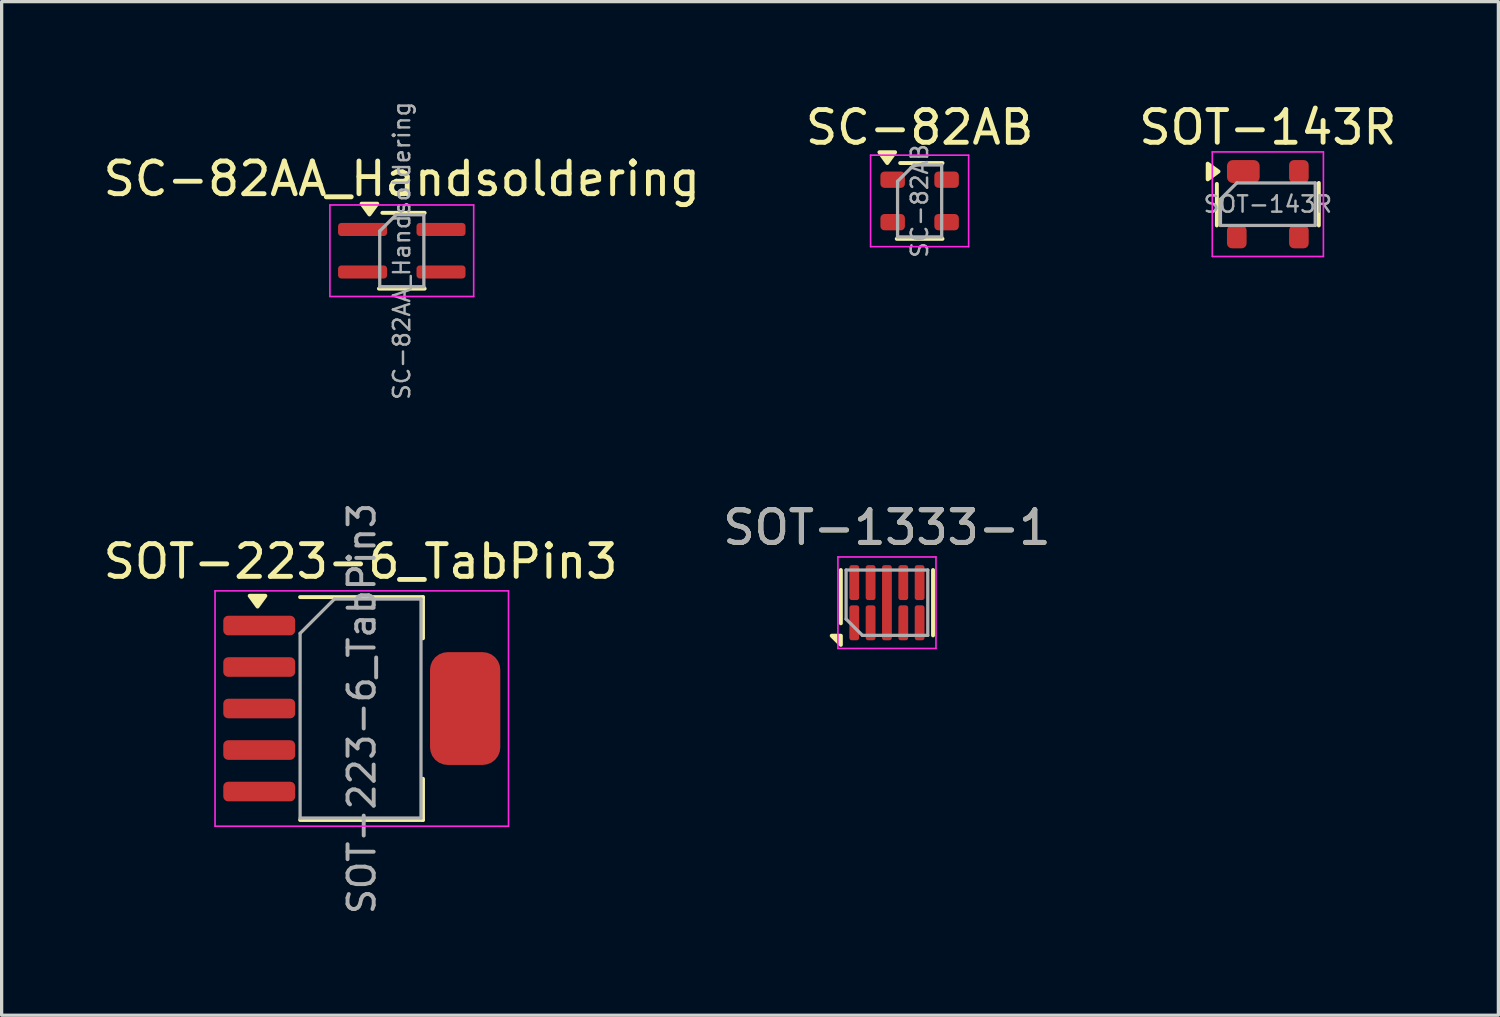
<source format=kicad_pcb>
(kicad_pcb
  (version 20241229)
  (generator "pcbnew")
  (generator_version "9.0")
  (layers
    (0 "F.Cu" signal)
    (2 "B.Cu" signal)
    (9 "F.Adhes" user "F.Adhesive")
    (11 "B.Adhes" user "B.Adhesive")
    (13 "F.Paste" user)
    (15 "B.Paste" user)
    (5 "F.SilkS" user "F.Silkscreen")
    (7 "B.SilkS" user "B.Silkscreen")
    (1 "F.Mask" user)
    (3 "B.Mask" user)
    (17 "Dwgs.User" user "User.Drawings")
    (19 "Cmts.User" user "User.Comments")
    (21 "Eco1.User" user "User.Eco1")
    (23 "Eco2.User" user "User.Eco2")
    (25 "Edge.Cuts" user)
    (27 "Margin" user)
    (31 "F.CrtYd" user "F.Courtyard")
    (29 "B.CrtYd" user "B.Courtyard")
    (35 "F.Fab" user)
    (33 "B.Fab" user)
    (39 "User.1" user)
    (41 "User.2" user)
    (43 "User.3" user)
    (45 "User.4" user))
  (footprint "SOT-143R"
    (layer "F.Cu")
    (at 35.744 3.198)
    (property "Reference" "SOT-143R" (at 0 -2.35 0) (layer "F.SilkS") (effects (font (size 1 1) (thickness 0.15))))
    (attr smd)
    (fp_line (start -1.56 0.65) (end -1.56 -0.62) (stroke (width 0.12) (type solid)) (layer "F.SilkS"))
    (fp_line (start 1.56 0.65) (end 1.56 -0.65) (stroke (width 0.12) (type solid)) (layer "F.SilkS"))
    (fp_poly (pts (xy -1.51 -1) (xy -1.84 -1.24) (xy -1.84 -0.76) (xy -1.51 -1)) (stroke (width 0.12) (type solid)) (fill yes) (layer "F.SilkS"))
    (fp_line (start -1.7 -1.6) (end -1.7 1.6) (stroke (width 0.05) (type solid)) (layer "F.CrtYd"))
    (fp_line (start -1.7 -1.6) (end 1.7 -1.6) (stroke (width 0.05) (type solid)) (layer "F.CrtYd"))
    (fp_line (start 1.7 1.6) (end -1.7 1.6) (stroke (width 0.05) (type solid)) (layer "F.CrtYd"))
    (fp_line (start 1.7 1.6) (end 1.7 -1.6) (stroke (width 0.05) (type solid)) (layer "F.CrtYd"))
    (fp_line (start -1.45 -0.15) (end -1.45 0.65) (stroke (width 0.1) (type solid)) (layer "F.Fab"))
    (fp_line (start -1.45 -0.15) (end -0.95 -0.65) (stroke (width 0.1) (type solid)) (layer "F.Fab"))
    (fp_line (start -0.95 -0.65) (end 1.45 -0.65) (stroke (width 0.1) (type solid)) (layer "F.Fab"))
    (fp_line (start 1.45 -0.65) (end 1.45 0.65) (stroke (width 0.1) (type solid)) (layer "F.Fab"))
    (fp_line (start 1.45 0.65) (end -1.45 0.65) (stroke (width 0.1) (type solid)) (layer "F.Fab"))
    (fp_text user "${REFERENCE}" (at 0 0 0) (layer "F.Fab") (effects (font (size 0.5 0.5) (thickness 0.075))))
    (pad "1" smd roundrect (at -0.75 -1 270) (size 0.7 1) (layers "F.Cu" "F.Mask" "F.Paste") (roundrect_rratio 0.25))
    (pad "2" smd roundrect (at 0.95 -1 270) (size 0.7 0.6) (layers "F.Cu" "F.Mask" "F.Paste") (roundrect_rratio 0.25))
    (pad "3" smd roundrect (at 0.95 1 270) (size 0.7 0.6) (layers "F.Cu" "F.Mask" "F.Paste") (roundrect_rratio 0.25))
    (pad "4" smd roundrect (at -0.95 1 270) (size 0.7 0.6) (layers "F.Cu" "F.Mask" "F.Paste") (roundrect_rratio 0.25)))
  (footprint "SOT-1333-1"
    (layer "F.Cu")
    (at 24.089 15.392)
    (property "Reference" "SOT-1333-1" (at 0 -2.3 0) (layer "F.SilkS") (effects (font (size 1 1) (thickness 0.15))))
    (attr smd)
    (fp_line (start -1.41 -1) (end -1.41 0.63) (stroke (width 0.12) (type solid)) (layer "F.SilkS"))
    (fp_line (start 1.41 -1) (end 1.41 1) (stroke (width 0.12) (type solid)) (layer "F.SilkS"))
    (fp_poly (pts (xy -1.41 1.01) (xy -1.41 1.29) (xy -1.69 1.01) (xy -1.41 1.01)) (stroke (width 0.12) (type solid)) (fill yes) (layer "F.SilkS"))
    (fp_line (start -1.5 -1.4) (end 1.5 -1.4) (stroke (width 0.05) (type solid)) (layer "F.CrtYd"))
    (fp_line (start -1.5 1.4) (end -1.5 -1.4) (stroke (width 0.05) (type solid)) (layer "F.CrtYd"))
    (fp_line (start 1.5 -1.4) (end 1.5 1.4) (stroke (width 0.05) (type solid)) (layer "F.CrtYd"))
    (fp_line (start 1.5 1.4) (end -1.5 1.4) (stroke (width 0.05) (type solid)) (layer "F.CrtYd"))
    (fp_line (start -1.25 -1) (end 1.25 -1) (stroke (width 0.1) (type solid)) (layer "F.Fab"))
    (fp_line (start -1.25 0.5) (end -1.25 -1) (stroke (width 0.1) (type solid)) (layer "F.Fab"))
    (fp_line (start -0.75 1) (end -1.25 0.5) (stroke (width 0.1) (type solid)) (layer "F.Fab"))
    (fp_line (start 1.25 -1) (end 1.25 1) (stroke (width 0.1) (type solid)) (layer "F.Fab"))
    (fp_line (start 1.25 1) (end -0.75 1) (stroke (width 0.1) (type solid)) (layer "F.Fab"))
    (fp_text user "${REFERENCE}" (at 0 -2.3 0) (layer "F.Fab") (effects (font (size 1 1) (thickness 0.15))))
    (pad "1" smd roundrect (at -1 0.615) (size 0.3 1.07) (layers "F.Cu" "F.Mask" "F.Paste") (roundrect_rratio 0.25))
    (pad "2" smd roundrect (at -0.5 0.615) (size 0.3 1.07) (layers "F.Cu" "F.Mask" "F.Paste") (roundrect_rratio 0.25))
    (pad "3" smd roundrect (at 0 0) (size 0.3 2.3) (layers "F.Cu" "F.Mask" "F.Paste") (roundrect_rratio 0.25))
    (pad "4" smd roundrect (at 0.5 0.615) (size 0.3 1.07) (layers "F.Cu" "F.Mask" "F.Paste") (roundrect_rratio 0.25))
    (pad "5" smd roundrect (at 1 0.615) (size 0.3 1.07) (layers "F.Cu" "F.Mask" "F.Paste") (roundrect_rratio 0.25))
    (pad "6" smd roundrect (at 1 -0.615) (size 0.3 1.07) (layers "F.Cu" "F.Mask" "F.Paste") (roundrect_rratio 0.25))
    (pad "7" smd roundrect (at 0.5 -0.615) (size 0.3 1.07) (layers "F.Cu" "F.Mask" "F.Paste") (roundrect_rratio 0.25))
    (pad "8" smd roundrect (at -0.5 -0.615) (size 0.3 1.07) (layers "F.Cu" "F.Mask" "F.Paste") (roundrect_rratio 0.25))
    (pad "9" smd roundrect (at -1 -0.615) (size 0.3 1.07) (layers "F.Cu" "F.Mask" "F.Paste") (roundrect_rratio 0.25)))
  (footprint "SOT-223-6_TabPin3"
    (layer "F.Cu")
    (at 8.02 18.63)
    (property "Reference" "SOT-223-6_TabPin3" (at -0.037 -4.5 0) (layer "F.SilkS") (effects (font (size 1 1) (thickness 0.15))))
    (attr smd)
    (fp_line (start -1.887 -3.41) (end 1.873 -3.41) (stroke (width 0.12) (type solid)) (layer "F.SilkS"))
    (fp_line (start -1.887 3.41) (end 1.873 3.41) (stroke (width 0.12) (type solid)) (layer "F.SilkS"))
    (fp_line (start 1.873 -3.41) (end 1.873 -2.15) (stroke (width 0.12) (type solid)) (layer "F.SilkS"))
    (fp_line (start 1.873 3.41) (end 1.873 2.15) (stroke (width 0.12) (type solid)) (layer "F.SilkS"))
    (fp_poly (pts (xy -3.19 -3.12) (xy -3.43 -3.45) (xy -2.95 -3.45) (xy -3.19 -3.12)) (stroke (width 0.12) (type solid)) (fill yes) (layer "F.SilkS"))
    (fp_line (start -4.49 -3.6) (end -4.49 3.6) (stroke (width 0.05) (type solid)) (layer "F.CrtYd"))
    (fp_line (start -4.49 -3.6) (end 4.49 -3.6) (stroke (width 0.05) (type solid)) (layer "F.CrtYd"))
    (fp_line (start 4.49 3.6) (end -4.49 3.6) (stroke (width 0.05) (type solid)) (layer "F.CrtYd"))
    (fp_line (start 4.49 3.6) (end 4.49 -3.6) (stroke (width 0.05) (type solid)) (layer "F.CrtYd"))
    (fp_line (start -1.887 -2.3) (end -1.887 3.35) (stroke (width 0.1) (type solid)) (layer "F.Fab"))
    (fp_line (start -1.887 -2.3) (end -0.838 -3.35) (stroke (width 0.1) (type solid)) (layer "F.Fab"))
    (fp_line (start -1.887 3.35) (end 1.812 3.35) (stroke (width 0.1) (type solid)) (layer "F.Fab"))
    (fp_line (start -0.838 -3.35) (end 1.812 -3.35) (stroke (width 0.1) (type solid)) (layer "F.Fab"))
    (fp_line (start 1.812 -3.35) (end 1.812 3.35) (stroke (width 0.1) (type solid)) (layer "F.Fab"))
    (fp_text user "${REFERENCE}" (at 0 0 90) (layer "F.Fab") (effects (font (size 0.8 0.8) (thickness 0.12))))
    (pad "1" smd roundrect (at -3.138 -2.54) (size 2.2 0.6) (layers "F.Cu" "F.Mask" "F.Paste") (roundrect_rratio 0.25))
    (pad "2" smd roundrect (at -3.138 -1.27) (size 2.2 0.6) (layers "F.Cu" "F.Mask" "F.Paste") (roundrect_rratio 0.25))
    (pad "3" smd roundrect (at -3.138 0) (size 2.2 0.6) (layers "F.Cu" "F.Mask" "F.Paste") (roundrect_rratio 0.25))
    (pad "3" smd roundrect (at 3.163 0) (size 2.15 3.45) (layers "F.Cu" "F.Mask" "F.Paste") (roundrect_rratio 0.25))
    (pad "4" smd roundrect (at -3.138 1.27) (size 2.2 0.6) (layers "F.Cu" "F.Mask" "F.Paste") (roundrect_rratio 0.25))
    (pad "5" smd roundrect (at -3.138 2.54) (size 2.2 0.6) (layers "F.Cu" "F.Mask" "F.Paste") (roundrect_rratio 0.25)))
  (footprint "SC-82AA_Handsoldering"
    (layer "F.Cu")
    (at 9.244 4.622)
    (property "Reference" "SC-82AA_Handsoldering" (at 0 -2.2 0) (layer "F.SilkS") (effects (font (size 1 1) (thickness 0.15))))
    (attr smd)
    (fp_line (start -0.7 1.16) (end 0.7 1.16) (stroke (width 0.12) (type solid)) (layer "F.SilkS"))
    (fp_line (start -0.595 -1.16) (end 0.7 -1.16) (stroke (width 0.12) (type solid)) (layer "F.SilkS"))
    (fp_poly (pts (xy -0.99 -1.11) (xy -0.75 -1.44) (xy -1.23 -1.44) (xy -0.99 -1.11)) (stroke (width 0.12) (type solid)) (fill yes) (layer "F.SilkS"))
    (fp_line (start -2.2 -1.4) (end -2.2 1.4) (stroke (width 0.05) (type solid)) (layer "F.CrtYd"))
    (fp_line (start -2.2 -1.4) (end 2.2 -1.4) (stroke (width 0.05) (type solid)) (layer "F.CrtYd"))
    (fp_line (start -2.2 1.4) (end 2.2 1.4) (stroke (width 0.05) (type solid)) (layer "F.CrtYd"))
    (fp_line (start 2.2 1.4) (end 2.2 -1.4) (stroke (width 0.05) (type solid)) (layer "F.CrtYd"))
    (fp_line (start -0.675 -0.6) (end -0.675 1.1) (stroke (width 0.1) (type solid)) (layer "F.Fab"))
    (fp_line (start -0.175 -1.1) (end -0.675 -0.6) (stroke (width 0.1) (type solid)) (layer "F.Fab"))
    (fp_line (start 0.675 -1.1) (end -0.175 -1.1) (stroke (width 0.1) (type solid)) (layer "F.Fab"))
    (fp_line (start 0.675 -1.1) (end 0.675 1.1) (stroke (width 0.1) (type solid)) (layer "F.Fab"))
    (fp_line (start 0.675 1.1) (end -0.675 1.1) (stroke (width 0.1) (type solid)) (layer "F.Fab"))
    (fp_text user "${REFERENCE}" (at 0 0 90) (layer "F.Fab") (effects (font (size 0.5 0.5) (thickness 0.075))))
    (pad "1" smd roundrect (at -1.2 -0.65) (size 1.5 0.4) (layers "F.Cu" "F.Mask" "F.Paste") (roundrect_rratio 0.25))
    (pad "2" smd roundrect (at -1.2 0.65) (size 1.5 0.4) (layers "F.Cu" "F.Mask" "F.Paste") (roundrect_rratio 0.25))
    (pad "3" smd roundrect (at 1.2 0.65) (size 1.5 0.4) (layers "F.Cu" "F.Mask" "F.Paste") (roundrect_rratio 0.25))
    (pad "4" smd roundrect (at 1.2 -0.65) (size 1.5 0.4) (layers "F.Cu" "F.Mask" "F.Paste") (roundrect_rratio 0.25)))
  (footprint "SC-82AB"
    (layer "F.Cu")
    (at 25.089 3.098)
    (property "Reference" "SC-82AB" (at 0 -2.25 0) (layer "F.SilkS") (effects (font (size 1 1) (thickness 0.15))))
    (attr smd)
    (fp_line (start -0.7 1.16) (end 0.7 1.16) (stroke (width 0.12) (type solid)) (layer "F.SilkS"))
    (fp_line (start -0.595 -1.16) (end 0.7 -1.16) (stroke (width 0.12) (type solid)) (layer "F.SilkS"))
    (fp_poly (pts (xy -0.99 -1.16) (xy -0.75 -1.49) (xy -1.23 -1.49) (xy -0.99 -1.16)) (stroke (width 0.12) (type solid)) (fill yes) (layer "F.SilkS"))
    (fp_line (start -1.5 -1.4) (end -1.5 1.4) (stroke (width 0.05) (type solid)) (layer "F.CrtYd"))
    (fp_line (start -1.5 -1.4) (end 1.5 -1.4) (stroke (width 0.05) (type solid)) (layer "F.CrtYd"))
    (fp_line (start -1.5 1.4) (end 1.5 1.4) (stroke (width 0.05) (type solid)) (layer "F.CrtYd"))
    (fp_line (start 1.5 1.4) (end 1.5 -1.4) (stroke (width 0.05) (type solid)) (layer "F.CrtYd"))
    (fp_line (start -0.675 -0.6) (end -0.675 1.1) (stroke (width 0.1) (type solid)) (layer "F.Fab"))
    (fp_line (start -0.175 -1.1) (end -0.675 -0.6) (stroke (width 0.1) (type solid)) (layer "F.Fab"))
    (fp_line (start 0.675 -1.1) (end -0.175 -1.1) (stroke (width 0.1) (type solid)) (layer "F.Fab"))
    (fp_line (start 0.675 -1.1) (end 0.675 1.1) (stroke (width 0.1) (type solid)) (layer "F.Fab"))
    (fp_line (start 0.675 1.1) (end -0.675 1.1) (stroke (width 0.1) (type solid)) (layer "F.Fab"))
    (fp_text user "${REFERENCE}" (at 0 0 90) (layer "F.Fab") (effects (font (size 0.5 0.5) (thickness 0.075))))
    (pad "1" smd roundrect (at -0.825 -0.65) (size 0.75 0.5) (layers "F.Cu" "F.Mask" "F.Paste") (roundrect_rratio 0.25))
    (pad "2" smd roundrect (at -0.825 0.65) (size 0.75 0.5) (layers "F.Cu" "F.Mask" "F.Paste") (roundrect_rratio 0.25))
    (pad "3" smd roundrect (at 0.825 0.65) (size 0.75 0.5) (layers "F.Cu" "F.Mask" "F.Paste") (roundrect_rratio 0.25))
    (pad "4" smd roundrect (at 0.825 -0.65) (size 0.75 0.5) (layers "F.Cu" "F.Mask" "F.Paste") (roundrect_rratio 0.25)))
  (gr_rect
    (start -3 -3)
    (end 42.798 28.015)
    (stroke (width 0.1) (type default))
    (fill no)
    (layer "Edge.Cuts")))
</source>
